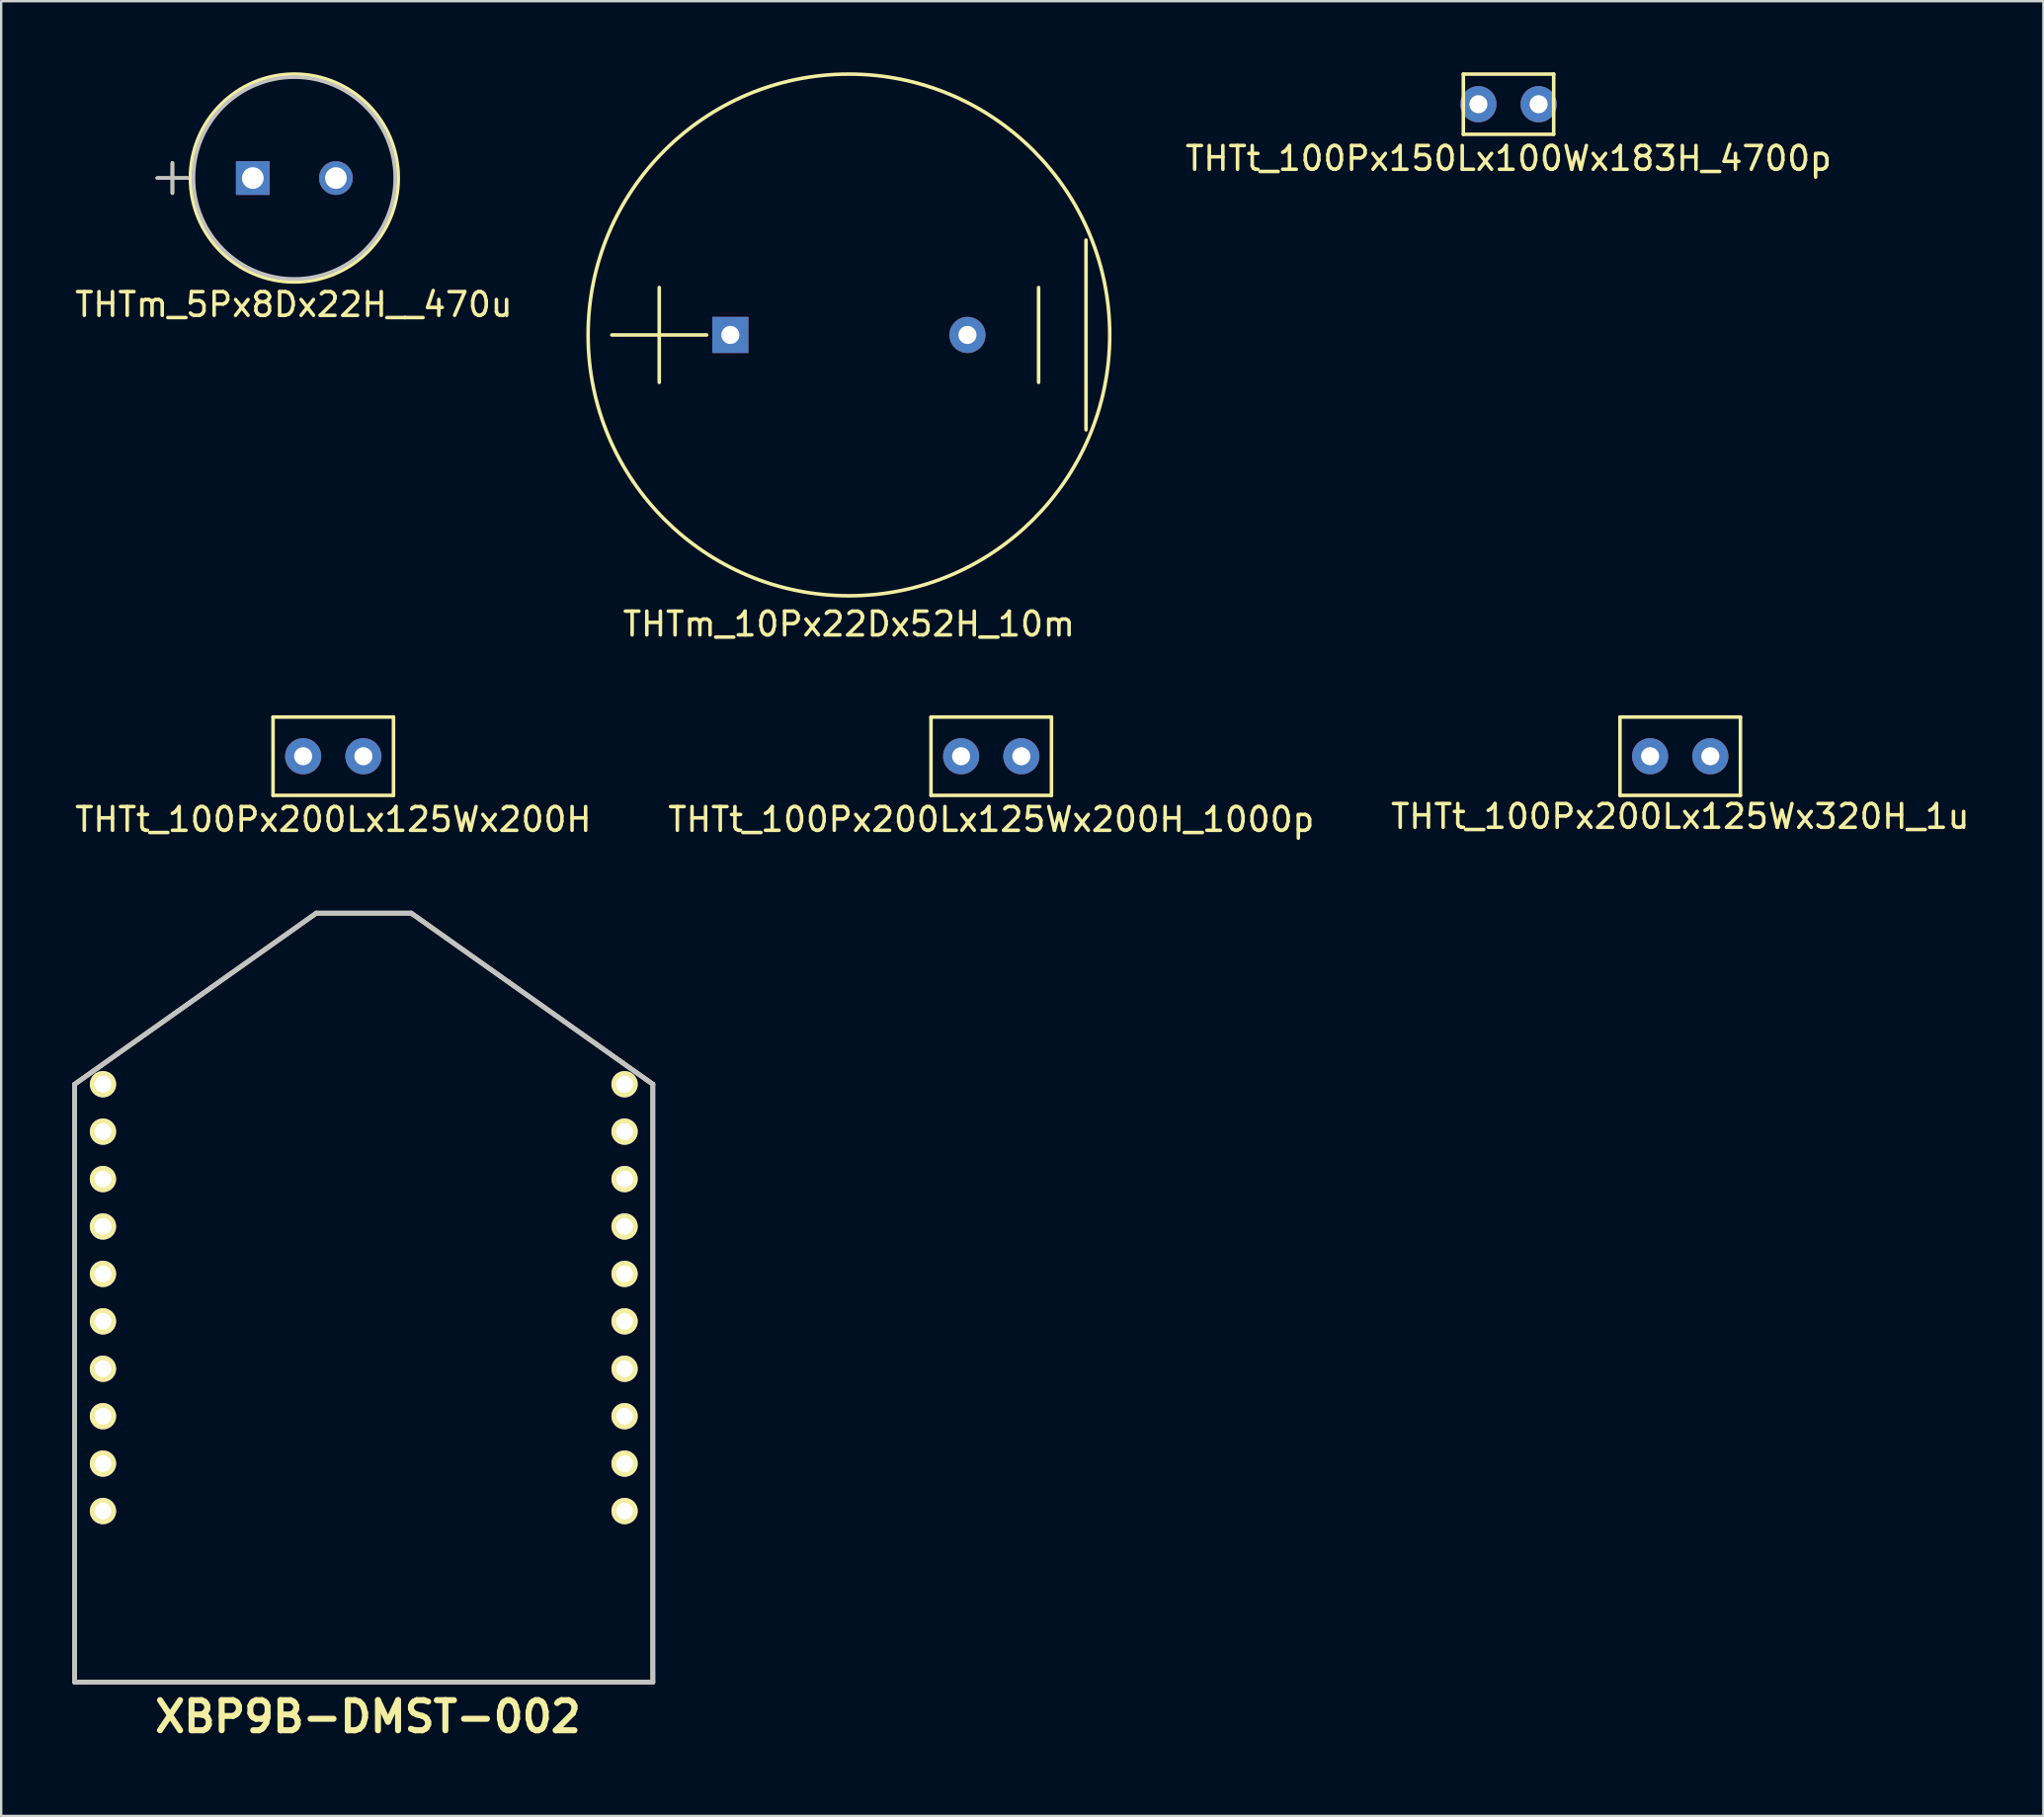
<source format=kicad_pcb>
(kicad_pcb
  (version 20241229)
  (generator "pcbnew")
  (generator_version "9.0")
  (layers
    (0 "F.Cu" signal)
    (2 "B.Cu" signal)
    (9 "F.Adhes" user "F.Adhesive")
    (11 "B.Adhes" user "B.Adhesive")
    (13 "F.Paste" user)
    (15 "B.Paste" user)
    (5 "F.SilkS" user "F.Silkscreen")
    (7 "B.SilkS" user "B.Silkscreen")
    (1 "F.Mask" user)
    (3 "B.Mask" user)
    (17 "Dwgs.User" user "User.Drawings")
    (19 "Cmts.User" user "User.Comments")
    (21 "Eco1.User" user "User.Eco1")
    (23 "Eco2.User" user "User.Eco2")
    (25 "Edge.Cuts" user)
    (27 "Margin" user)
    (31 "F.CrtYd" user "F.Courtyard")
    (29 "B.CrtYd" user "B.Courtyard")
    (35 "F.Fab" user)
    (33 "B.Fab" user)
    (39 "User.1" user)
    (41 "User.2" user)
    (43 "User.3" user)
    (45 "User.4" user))
  (footprint "THTt_100Px200Lx125Wx320H_1u"
    (layer "F.Cu")
    (at 67.815 28.841)
    (property "Reference" "THTt_100Px200Lx125Wx320H_1u" (at 0 2.54 0) (layer "F.SilkS") (effects (font (size 1 1) (thickness 0.15))))
    (attr through_hole)
    (fp_line (start -2.54 -1.651) (end -2.54 1.651) (stroke (width 0.15) (type solid)) (layer "F.SilkS"))
    (fp_line (start -2.54 -1.651) (end 2.54 -1.651) (stroke (width 0.15) (type solid)) (layer "F.SilkS"))
    (fp_line (start 2.54 1.651) (end -2.54 1.651) (stroke (width 0.15) (type solid)) (layer "F.SilkS"))
    (fp_line (start 2.54 1.651) (end 2.54 -1.651) (stroke (width 0.15) (type solid)) (layer "F.SilkS"))
    (pad "1" thru_hole circle (at -1.27 0) (size 1.524 1.524) (drill 0.762) (layers "*.Cu" "*.Mask"))
    (pad "2" thru_hole circle (at 1.27 0) (size 1.524 1.524) (drill 0.762) (layers "*.Cu" "*.Mask")))
  (footprint "THTm_10Px22Dx52H_10m"
    (layer "F.Cu")
    (at 32.754 11.075)
    (property "Reference" "THTm_10Px22Dx52H_10m" (at 0 12.192 0) (layer "F.SilkS") (effects (font (size 1 1) (thickness 0.15))))
    (attr through_hole)
    (fp_line (start -10 0) (end -6 0) (stroke (width 0.15) (type solid)) (layer "F.SilkS"))
    (fp_line (start -8 2) (end -8 -2) (stroke (width 0.15) (type solid)) (layer "F.SilkS"))
    (fp_line (start 8 2) (end 8 -2) (stroke (width 0.15) (type solid)) (layer "F.SilkS"))
    (fp_line (start 10 -4) (end 10 4) (stroke (width 0.15) (type solid)) (layer "F.SilkS"))
    (fp_circle (center 0 0) (end 11 0) (stroke (width 0.15) (type solid)) (fill no) (layer "F.SilkS"))
    (pad "1" thru_hole rect (at -5 0) (size 1.524 1.524) (drill 0.762) (layers "*.Cu" "*.Mask"))
    (pad "2" thru_hole circle (at 5 0) (size 1.524 1.524) (drill 0.762) (layers "*.Cu" "*.Mask")))
  (footprint "THTt_100Px200Lx125Wx200H"
    (layer "F.Cu")
    (at 11.006 28.841)
    (property "Reference" "THTt_100Px200Lx125Wx200H" (at 0 2.667 0) (layer "F.SilkS") (effects (font (size 1 1) (thickness 0.15))))
    (attr through_hole)
    (fp_line (start -2.54 -1.651) (end -2.54 1.651) (stroke (width 0.15) (type solid)) (layer "F.SilkS"))
    (fp_line (start 2.54 -1.651) (end -2.54 -1.651) (stroke (width 0.15) (type solid)) (layer "F.SilkS"))
    (fp_line (start 2.54 -1.651) (end 2.54 1.651) (stroke (width 0.15) (type solid)) (layer "F.SilkS"))
    (fp_line (start 2.54 1.651) (end -2.54 1.651) (stroke (width 0.15) (type solid)) (layer "F.SilkS"))
    (pad "1" thru_hole circle (at -1.27 0) (size 1.524 1.524) (drill 0.762) (layers "*.Cu" "*.Mask"))
    (pad "2" thru_hole circle (at 1.27 0) (size 1.524 1.524) (drill 0.762) (layers "*.Cu" "*.Mask")))
  (footprint "XBP9B-DMST-002"
    (layer "F.Cu")
    (at 12.468 42.672)
    (property "Reference" "XBP9B-DMST-002" (at 0 26.67 0) (layer "F.SilkS") (effects (font (size 1.27 1.27) (thickness 0.254))))
    (attr through_hole)
    (fp_line (start -12.368 0) (end -12.368 25.215) (stroke (width 0.2) (type solid)) (layer "F.SilkS"))
    (fp_line (start -12.368 25.215) (end 12.016 25.215) (stroke (width 0.2) (type solid)) (layer "F.SilkS"))
    (fp_line (start -2.176 -7.215) (end -12.368 0) (stroke (width 0.2) (type solid)) (layer "F.SilkS"))
    (fp_line (start 1.824 -7.215) (end -2.176 -7.215) (stroke (width 0.2) (type solid)) (layer "F.SilkS"))
    (fp_line (start 12.016 0) (end 1.824 -7.215) (stroke (width 0.2) (type solid)) (layer "F.SilkS"))
    (fp_line (start 12.016 25.215) (end 12.016 0) (stroke (width 0.2) (type solid)) (layer "F.SilkS"))
    (fp_line (start -12.368 0) (end -12.368 25.215) (stroke (width 0.2) (type solid)) (layer "Dwgs.User"))
    (fp_line (start -12.368 25.215) (end 12.016 25.215) (stroke (width 0.2) (type solid)) (layer "Dwgs.User"))
    (fp_line (start -2.176 -7.215) (end -12.368 0) (stroke (width 0.2) (type solid)) (layer "Dwgs.User"))
    (fp_line (start 1.824 -7.215) (end -2.176 -7.215) (stroke (width 0.2) (type solid)) (layer "Dwgs.User"))
    (fp_line (start 12.016 0) (end 1.824 -7.215) (stroke (width 0.2) (type solid)) (layer "Dwgs.User"))
    (fp_line (start 12.016 25.215) (end 12.016 0) (stroke (width 0.2) (type solid)) (layer "Dwgs.User"))
    (pad "1" thru_hole circle (at -11.176 0 90) (size 1.11 1.11) (drill 0.71) (layers "*.Cu" "*.Mask" "F.SilkS"))
    (pad "2" thru_hole circle (at -11.176 2 90) (size 1.11 1.11) (drill 0.71) (layers "*.Cu" "*.Mask" "F.SilkS"))
    (pad "3" thru_hole circle (at -11.176 4 90) (size 1.11 1.11) (drill 0.71) (layers "*.Cu" "*.Mask" "F.SilkS"))
    (pad "4" thru_hole circle (at -11.176 6 90) (size 1.11 1.11) (drill 0.71) (layers "*.Cu" "*.Mask" "F.SilkS"))
    (pad "5" thru_hole circle (at -11.176 8 90) (size 1.11 1.11) (drill 0.71) (layers "*.Cu" "*.Mask" "F.SilkS"))
    (pad "6" thru_hole circle (at -11.176 10 90) (size 1.11 1.11) (drill 0.71) (layers "*.Cu" "*.Mask" "F.SilkS"))
    (pad "7" thru_hole circle (at -11.176 12 90) (size 1.11 1.11) (drill 0.71) (layers "*.Cu" "*.Mask" "F.SilkS"))
    (pad "8" thru_hole circle (at -11.176 14 90) (size 1.11 1.11) (drill 0.71) (layers "*.Cu" "*.Mask" "F.SilkS"))
    (pad "9" thru_hole circle (at -11.176 16 90) (size 1.11 1.11) (drill 0.71) (layers "*.Cu" "*.Mask" "F.SilkS"))
    (pad "10" thru_hole circle (at -11.176 18 90) (size 1.11 1.11) (drill 0.71) (layers "*.Cu" "*.Mask" "F.SilkS"))
    (pad "11" thru_hole circle (at 10.824 18 90) (size 1.11 1.11) (drill 0.71) (layers "*.Cu" "*.Mask" "F.SilkS"))
    (pad "12" thru_hole circle (at 10.824 16 90) (size 1.11 1.11) (drill 0.71) (layers "*.Cu" "*.Mask" "F.SilkS"))
    (pad "13" thru_hole circle (at 10.824 14 90) (size 1.11 1.11) (drill 0.71) (layers "*.Cu" "*.Mask" "F.SilkS"))
    (pad "14" thru_hole circle (at 10.824 12 90) (size 1.11 1.11) (drill 0.71) (layers "*.Cu" "*.Mask" "F.SilkS"))
    (pad "15" thru_hole circle (at 10.824 10 90) (size 1.11 1.11) (drill 0.71) (layers "*.Cu" "*.Mask" "F.SilkS"))
    (pad "16" thru_hole circle (at 10.824 8 90) (size 1.11 1.11) (drill 0.71) (layers "*.Cu" "*.Mask" "F.SilkS"))
    (pad "17" thru_hole circle (at 10.824 6 90) (size 1.11 1.11) (drill 0.71) (layers "*.Cu" "*.Mask" "F.SilkS"))
    (pad "18" thru_hole circle (at 10.824 4 90) (size 1.11 1.11) (drill 0.71) (layers "*.Cu" "*.Mask" "F.SilkS"))
    (pad "19" thru_hole circle (at 10.824 2 90) (size 1.11 1.11) (drill 0.71) (layers "*.Cu" "*.Mask" "F.SilkS"))
    (pad "20" thru_hole circle (at 10.824 0 90) (size 1.11 1.11) (drill 0.71) (layers "*.Cu" "*.Mask" "F.SilkS")))
  (footprint "THTm_5Px8Dx22H__470u"
    (layer "F.Cu")
    (at 9.339 4.458)
    (property "Reference" "THTm_5Px8Dx22H__470u" (at 0 5.334 0) (layer "F.SilkS") (effects (font (size 1 1) (thickness 0.15))))
    (attr through_hole)
    (fp_line (start -5.753 0) (end -4.483 0) (stroke (width 0.152) (type solid)) (layer "F.SilkS"))
    (fp_line (start -5.118 -0.635) (end -5.118 0.635) (stroke (width 0.152) (type solid)) (layer "F.SilkS"))
    (fp_circle (center 0.025 0) (end 4.407 0) (stroke (width 0.152) (type solid)) (fill no) (layer "F.SilkS"))
    (fp_line (start -5.753 0) (end -4.483 0) (stroke (width 0.152) (type solid)) (layer "Dwgs.User"))
    (fp_line (start -5.118 -0.635) (end -5.118 0.635) (stroke (width 0.152) (type solid)) (layer "Dwgs.User"))
    (fp_circle (center 0.025 0) (end 4.28 0) (stroke (width 0.152) (type solid)) (fill no) (layer "Dwgs.User"))
    (fp_text user "Copyright 2016 Accelerated Designs. All rights reserved." (at 1.778 0 0) (layer "Cmts.User") (effects (font (size 0.127 0.127) (thickness 0.002))))
    (pad "1" thru_hole rect (at -1.727 0) (size 1.422 1.422) (drill 0.914) (layers "*.Cu" "*.Mask"))
    (pad "2" thru_hole circle (at 1.778 0) (size 1.422 1.422) (drill 0.914) (layers "*.Cu" "*.Mask")))
  (footprint "THTt_100Px150Lx100Wx183H_4700p"
    (layer "F.Cu")
    (at 60.573 1.345)
    (property "Reference" "THTt_100Px150Lx100Wx183H_4700p" (at 0 2.286 0) (layer "F.SilkS") (effects (font (size 1 1) (thickness 0.15))))
    (attr through_hole)
    (fp_line (start -1.905 -1.27) (end 1.905 -1.27) (stroke (width 0.15) (type solid)) (layer "F.SilkS"))
    (fp_line (start -1.905 1.27) (end -1.905 -1.27) (stroke (width 0.15) (type solid)) (layer "F.SilkS"))
    (fp_line (start 1.905 -1.27) (end 1.905 1.27) (stroke (width 0.15) (type solid)) (layer "F.SilkS"))
    (fp_line (start 1.905 1.27) (end -1.905 1.27) (stroke (width 0.15) (type solid)) (layer "F.SilkS"))
    (pad "1" thru_hole circle (at -1.27 0) (size 1.524 1.524) (drill 0.762) (layers "*.Cu" "*.Mask"))
    (pad "2" thru_hole circle (at 1.27 0) (size 1.524 1.524) (drill 0.762) (layers "*.Cu" "*.Mask")))
  (footprint "THTt_100Px200Lx125Wx200H_1000p"
    (layer "F.Cu")
    (at 38.756 28.841)
    (property "Reference" "THTt_100Px200Lx125Wx200H_1000p" (at 0 2.667 0) (layer "F.SilkS") (effects (font (size 1 1) (thickness 0.15))))
    (attr through_hole)
    (fp_line (start -2.54 -1.651) (end -2.54 1.651) (stroke (width 0.15) (type solid)) (layer "F.SilkS"))
    (fp_line (start 2.54 -1.651) (end -2.54 -1.651) (stroke (width 0.15) (type solid)) (layer "F.SilkS"))
    (fp_line (start 2.54 -1.651) (end 2.54 1.651) (stroke (width 0.15) (type solid)) (layer "F.SilkS"))
    (fp_line (start 2.54 1.651) (end -2.54 1.651) (stroke (width 0.15) (type solid)) (layer "F.SilkS"))
    (pad "1" thru_hole circle (at -1.27 0) (size 1.524 1.524) (drill 0.762) (layers "*.Cu" "*.Mask"))
    (pad "2" thru_hole circle (at 1.27 0) (size 1.524 1.524) (drill 0.762) (layers "*.Cu" "*.Mask")))
  (gr_rect
    (start -3 -3)
    (end 83.131 73.53)
    (stroke (width 0.1) (type default))
    (fill no)
    (layer "Edge.Cuts")))
</source>
